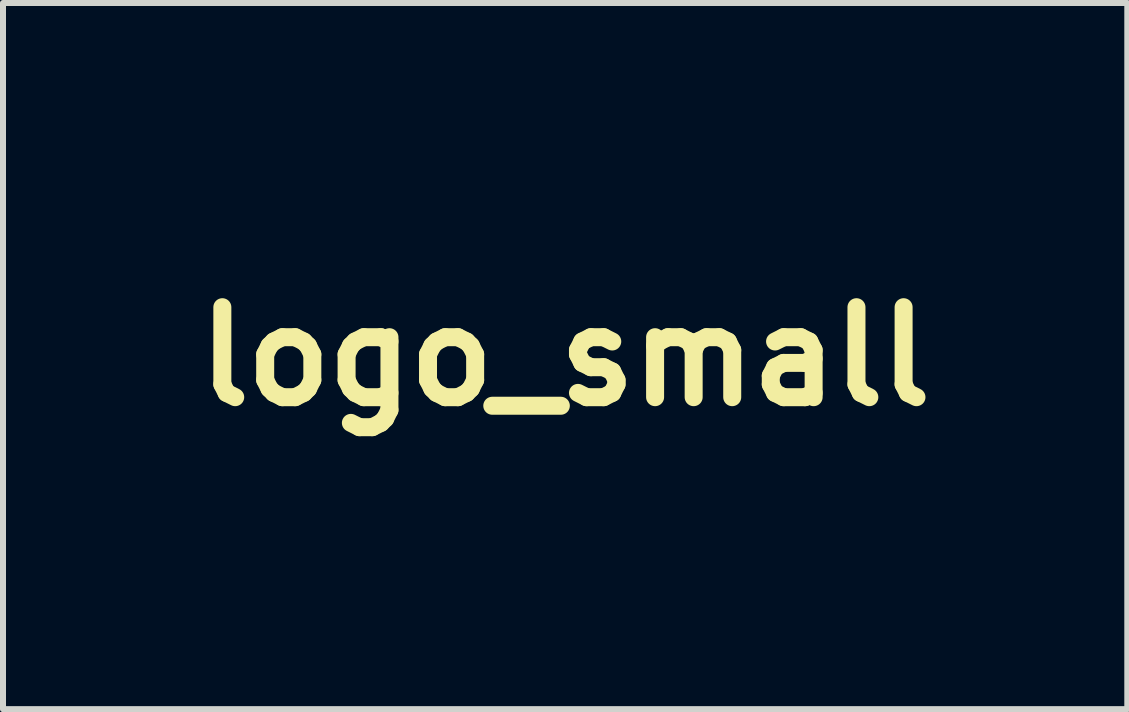
<source format=kicad_pcb>
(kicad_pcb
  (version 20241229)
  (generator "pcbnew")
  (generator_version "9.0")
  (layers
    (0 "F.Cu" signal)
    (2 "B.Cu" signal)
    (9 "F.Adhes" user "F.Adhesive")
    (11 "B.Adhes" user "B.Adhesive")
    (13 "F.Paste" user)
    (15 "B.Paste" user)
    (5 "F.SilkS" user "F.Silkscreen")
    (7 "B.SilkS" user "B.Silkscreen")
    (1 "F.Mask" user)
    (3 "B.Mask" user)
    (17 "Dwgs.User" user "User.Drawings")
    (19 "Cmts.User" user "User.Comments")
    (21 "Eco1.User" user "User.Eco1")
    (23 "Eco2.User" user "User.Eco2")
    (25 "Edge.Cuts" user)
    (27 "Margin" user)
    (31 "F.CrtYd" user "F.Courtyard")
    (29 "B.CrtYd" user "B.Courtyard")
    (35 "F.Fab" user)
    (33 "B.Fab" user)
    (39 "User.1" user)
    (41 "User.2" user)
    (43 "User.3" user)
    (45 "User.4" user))
  (footprint "logo_small"
    (layer "F.Cu")
    (at 6.371 2.893)
    (property "Reference" "logo_small" (at 0 0 0) (layer "F.SilkS") (effects (font (size 1.5 1.5) (thickness 0.3))))
    (attr board_only exclude_from_pos_files exclude_from_bom)
    (fp_poly (pts (xy 1.262 1.531) (xy 1.308 1.55) (xy 1.344 1.577) (xy 1.368 1.61) (xy 1.374 1.646) (xy 1.364 1.678) (xy 1.326 1.722) (xy 1.274 1.75) (xy 1.212 1.761) (xy 1.143 1.753) (xy 1.142 1.753) (xy 1.088 1.731) (xy 1.05 1.699) (xy 1.03 1.66) (xy 1.028 1.62) (xy 1.045 1.582) (xy 1.082 1.549) (xy 1.103 1.538) (xy 1.156 1.523) (xy 1.21 1.521)) (stroke (width 0) (type solid)) (fill yes) (layer "F.Mask"))
    (fp_poly (pts (xy 1.038 -1.698) (xy 1.138 -1.663) (xy 1.234 -1.611) (xy 1.322 -1.543) (xy 1.401 -1.461) (xy 1.468 -1.367) (xy 1.521 -1.263) (xy 1.557 -1.151) (xy 1.56 -1.138) (xy 1.569 -1.076) (xy 1.572 -1.012) (xy 1.569 -0.953) (xy 1.561 -0.904) (xy 1.547 -0.871) (xy 1.544 -0.868) (xy 1.515 -0.851) (xy 1.477 -0.848) (xy 1.44 -0.858) (xy 1.426 -0.867) (xy 1.41 -0.892) (xy 1.395 -0.935) (xy 1.388 -0.964) (xy 1.356 -1.083) (xy 1.307 -1.191) (xy 1.245 -1.286) (xy 1.17 -1.365) (xy 1.085 -1.428) (xy 0.991 -1.471) (xy 0.899 -1.492) (xy 0.839 -1.502) (xy 0.797 -1.516) (xy 0.769 -1.537) (xy 0.749 -1.568) (xy 0.747 -1.572) (xy 0.73 -1.619) (xy 0.733 -1.655) (xy 0.755 -1.681) (xy 0.798 -1.699) (xy 0.833 -1.707) (xy 0.935 -1.713)) (stroke (width 0) (type solid)) (fill yes) (layer "F.Mask"))
    (fp_poly (pts (xy 2.574 2.174) (xy 2.62 2.186) (xy 2.703 2.219) (xy 2.773 2.265) (xy 2.826 2.32) (xy 2.831 2.328) (xy 2.855 2.384) (xy 2.859 2.448) (xy 2.843 2.519) (xy 2.809 2.593) (xy 2.757 2.669) (xy 2.706 2.727) (xy 2.625 2.797) (xy 2.54 2.846) (xy 2.455 2.874) (xy 2.37 2.879) (xy 2.295 2.864) (xy 2.223 2.831) (xy 2.164 2.785) (xy 2.129 2.739) (xy 2.109 2.681) (xy 2.105 2.611) (xy 2.116 2.535) (xy 2.126 2.501) (xy 2.26 2.501) (xy 2.263 2.551) (xy 2.287 2.596) (xy 2.333 2.635) (xy 2.354 2.647) (xy 2.432 2.677) (xy 2.504 2.685) (xy 2.57 2.67) (xy 2.593 2.658) (xy 2.63 2.629) (xy 2.66 2.589) (xy 2.679 2.547) (xy 2.681 2.527) (xy 2.67 2.488) (xy 2.639 2.449) (xy 2.593 2.416) (xy 2.535 2.389) (xy 2.469 2.371) (xy 2.441 2.368) (xy 2.379 2.372) (xy 2.327 2.396) (xy 2.285 2.442) (xy 2.281 2.449) (xy 2.26 2.501) (xy 2.126 2.501) (xy 2.14 2.457) (xy 2.176 2.38) (xy 2.224 2.311) (xy 2.253 2.278) (xy 2.327 2.218) (xy 2.403 2.181) (xy 2.486 2.166)) (stroke (width 0) (type solid)) (fill yes) (layer "F.Mask"))
    (fp_poly (pts (xy 0.957 -2.263) (xy 1.029 -2.263) (xy 1.083 -2.262) (xy 1.124 -2.259) (xy 1.159 -2.254) (xy 1.192 -2.246) (xy 1.229 -2.234) (xy 1.258 -2.224) (xy 1.372 -2.18) (xy 1.472 -2.127) (xy 1.57 -2.061) (xy 1.604 -2.034) (xy 1.726 -1.923) (xy 1.834 -1.793) (xy 1.929 -1.645) (xy 2.008 -1.482) (xy 2.072 -1.304) (xy 2.094 -1.227) (xy 2.118 -1.113) (xy 2.128 -1.01) (xy 2.124 -0.913) (xy 2.11 -0.833) (xy 2.098 -0.788) (xy 2.086 -0.759) (xy 2.071 -0.74) (xy 2.054 -0.728) (xy 2.006 -0.709) (xy 1.961 -0.711) (xy 1.952 -0.714) (xy 1.925 -0.733) (xy 1.91 -0.768) (xy 1.905 -0.821) (xy 1.901 -0.897) (xy 1.89 -0.988) (xy 1.873 -1.083) (xy 1.851 -1.177) (xy 1.829 -1.254) (xy 1.765 -1.416) (xy 1.69 -1.561) (xy 1.602 -1.69) (xy 1.504 -1.801) (xy 1.395 -1.893) (xy 1.279 -1.966) (xy 1.154 -2.018) (xy 1.023 -2.049) (xy 0.905 -2.058) (xy 0.843 -2.06) (xy 0.8 -2.068) (xy 0.769 -2.083) (xy 0.746 -2.109) (xy 0.735 -2.129) (xy 0.719 -2.177) (xy 0.724 -2.217) (xy 0.742 -2.241) (xy 0.754 -2.25) (xy 0.769 -2.256) (xy 0.792 -2.26) (xy 0.826 -2.262) (xy 0.875 -2.263) (xy 0.944 -2.263)) (stroke (width 0) (type solid)) (fill yes) (layer "F.Mask"))
    (fp_poly (pts (xy -0.232 1.859) (xy -0.171 1.866) (xy -0.148 1.871) (xy -0.103 1.892) (xy -0.054 1.93) (xy -0.009 1.977) (xy 0.025 2.028) (xy 0.035 2.047) (xy 0.058 2.119) (xy 0.073 2.2) (xy 0.078 2.28) (xy 0.072 2.35) (xy 0.072 2.354) (xy 0.046 2.431) (xy 0.006 2.49) (xy -0.049 2.533) (xy -0.121 2.56) (xy -0.211 2.572) (xy -0.212 2.572) (xy -0.265 2.573) (xy -0.303 2.571) (xy -0.334 2.564) (xy -0.366 2.55) (xy -0.37 2.548) (xy -0.442 2.502) (xy -0.506 2.435) (xy -0.559 2.353) (xy -0.599 2.261) (xy -0.608 2.219) (xy -0.468 2.219) (xy -0.467 2.232) (xy -0.45 2.286) (xy -0.415 2.33) (xy -0.366 2.359) (xy -0.351 2.364) (xy -0.297 2.369) (xy -0.234 2.364) (xy -0.172 2.35) (xy -0.147 2.341) (xy -0.098 2.313) (xy -0.069 2.281) (xy -0.057 2.239) (xy -0.056 2.216) (xy -0.065 2.157) (xy -0.09 2.114) (xy -0.132 2.086) (xy -0.192 2.073) (xy -0.258 2.072) (xy -0.33 2.082) (xy -0.391 2.101) (xy -0.436 2.127) (xy -0.46 2.154) (xy -0.467 2.181) (xy -0.468 2.219) (xy -0.608 2.219) (xy -0.619 2.171) (xy -0.618 2.09) (xy -0.597 2.019) (xy -0.554 1.958) (xy -0.492 1.91) (xy -0.42 1.877) (xy -0.367 1.865) (xy -0.301 1.859)) (stroke (width 0) (type solid)) (fill yes) (layer "F.Mask"))
    (fp_poly (pts (xy 1.086 1.824) (xy 1.14 1.829) (xy 1.192 1.836) (xy 1.236 1.844) (xy 1.268 1.853) (xy 1.283 1.861) (xy 1.283 1.862) (xy 1.284 1.881) (xy 1.282 1.907) (xy 1.277 1.944) (xy 1.269 1.994) (xy 1.257 2.061) (xy 1.245 2.121) (xy 1.232 2.194) (xy 1.223 2.246) (xy 1.219 2.282) (xy 1.222 2.305) (xy 1.231 2.319) (xy 1.248 2.327) (xy 1.272 2.331) (xy 1.285 2.333) (xy 1.331 2.341) (xy 1.323 2.396) (xy 1.315 2.44) (xy 1.304 2.483) (xy 1.301 2.492) (xy 1.292 2.514) (xy 1.28 2.528) (xy 1.26 2.535) (xy 1.227 2.536) (xy 1.178 2.531) (xy 1.147 2.527) (xy 1.092 2.521) (xy 1.036 2.513) (xy 1 2.508) (xy 0.935 2.498) (xy 0.937 2.412) (xy 0.941 2.357) (xy 0.949 2.322) (xy 0.965 2.302) (xy 0.991 2.295) (xy 1.022 2.295) (xy 1.075 2.299) (xy 1.092 2.184) (xy 1.098 2.133) (xy 1.102 2.091) (xy 1.103 2.062) (xy 1.102 2.053) (xy 1.087 2.043) (xy 1.054 2.035) (xy 1.028 2.031) (xy 0.99 2.025) (xy 0.961 2.016) (xy 0.951 2.009) (xy 0.946 1.986) (xy 0.947 1.944) (xy 0.954 1.887) (xy 0.96 1.855) (xy 0.965 1.837) (xy 0.975 1.827) (xy 0.996 1.823) (xy 1.035 1.823) (xy 1.035 1.823)) (stroke (width 0) (type solid)) (fill yes) (layer "F.Mask"))
    (fp_poly (pts (xy 0.864 -2.889) (xy 0.952 -2.879) (xy 1.046 -2.864) (xy 1.138 -2.844) (xy 1.203 -2.828) (xy 1.379 -2.766) (xy 1.553 -2.683) (xy 1.722 -2.581) (xy 1.883 -2.462) (xy 2.033 -2.327) (xy 2.039 -2.321) (xy 2.118 -2.24) (xy 2.186 -2.161) (xy 2.249 -2.077) (xy 2.313 -1.982) (xy 2.343 -1.934) (xy 2.449 -1.753) (xy 2.535 -1.582) (xy 2.601 -1.418) (xy 2.649 -1.259) (xy 2.679 -1.105) (xy 2.688 -1.02) (xy 2.692 -0.958) (xy 2.691 -0.913) (xy 2.683 -0.88) (xy 2.668 -0.851) (xy 2.643 -0.823) (xy 2.64 -0.819) (xy 2.6 -0.787) (xy 2.564 -0.777) (xy 2.535 -0.789) (xy 2.523 -0.802) (xy 2.497 -0.849) (xy 2.468 -0.919) (xy 2.436 -1.013) (xy 2.402 -1.128) (xy 2.365 -1.266) (xy 2.364 -1.27) (xy 2.342 -1.352) (xy 2.32 -1.433) (xy 2.298 -1.506) (xy 2.279 -1.569) (xy 2.264 -1.615) (xy 2.259 -1.628) (xy 2.23 -1.69) (xy 2.188 -1.764) (xy 2.137 -1.845) (xy 2.08 -1.928) (xy 2.021 -2.007) (xy 1.967 -2.073) (xy 1.838 -2.206) (xy 1.697 -2.325) (xy 1.545 -2.428) (xy 1.386 -2.515) (xy 1.223 -2.584) (xy 1.058 -2.633) (xy 0.894 -2.661) (xy 0.853 -2.664) (xy 0.801 -2.669) (xy 0.756 -2.674) (xy 0.723 -2.681) (xy 0.716 -2.683) (xy 0.682 -2.707) (xy 0.662 -2.744) (xy 0.656 -2.788) (xy 0.666 -2.832) (xy 0.687 -2.864) (xy 0.708 -2.88) (xy 0.731 -2.889) (xy 0.766 -2.892) (xy 0.79 -2.893)) (stroke (width 0) (type solid)) (fill yes) (layer "F.Mask"))
    (fp_poly (pts (xy -0.897 1.748) (xy -0.85 1.754) (xy -0.818 1.767) (xy -0.798 1.79) (xy -0.785 1.826) (xy -0.777 1.861) (xy -0.768 1.927) (xy -0.765 1.987) (xy -0.766 2.039) (xy -0.772 2.076) (xy -0.781 2.092) (xy -0.803 2.1) (xy -0.837 2.103) (xy -0.854 2.103) (xy -0.888 2.099) (xy -0.906 2.092) (xy -0.915 2.075) (xy -0.918 2.061) (xy -0.932 2.02) (xy -0.954 1.995) (xy -0.989 1.984) (xy -1.04 1.985) (xy -1.088 1.994) (xy -1.177 2.02) (xy -1.248 2.058) (xy -1.299 2.105) (xy -1.33 2.161) (xy -1.34 2.224) (xy -1.328 2.293) (xy -1.31 2.338) (xy -1.271 2.399) (xy -1.217 2.454) (xy -1.158 2.497) (xy -1.102 2.522) (xy -1.031 2.537) (xy -0.962 2.537) (xy -0.886 2.522) (xy -0.864 2.515) (xy -0.815 2.498) (xy -0.777 2.476) (xy -0.739 2.445) (xy -0.719 2.425) (xy -0.653 2.36) (xy -0.594 2.426) (xy -0.562 2.462) (xy -0.535 2.496) (xy -0.518 2.521) (xy -0.518 2.522) (xy -0.51 2.54) (xy -0.511 2.556) (xy -0.524 2.575) (xy -0.548 2.6) (xy -0.616 2.655) (xy -0.7 2.698) (xy -0.794 2.727) (xy -0.894 2.74) (xy -0.992 2.737) (xy -1.082 2.718) (xy -1.175 2.679) (xy -1.262 2.623) (xy -1.335 2.558) (xy -1.417 2.467) (xy -1.478 2.376) (xy -1.518 2.285) (xy -1.538 2.197) (xy -1.536 2.113) (xy -1.513 2.033) (xy -1.467 1.96) (xy -1.457 1.948) (xy -1.403 1.896) (xy -1.339 1.852) (xy -1.26 1.813) (xy -1.188 1.786) (xy -1.126 1.767) (xy -1.075 1.755) (xy -1.024 1.749) (xy -0.964 1.747)) (stroke (width 0) (type solid)) (fill yes) (layer "F.Mask"))
    (fp_poly (pts (xy 2.018 1.695) (xy 2.117 1.716) (xy 2.212 1.748) (xy 2.257 1.769) (xy 2.29 1.79) (xy 2.326 1.818) (xy 2.359 1.849) (xy 2.385 1.878) (xy 2.398 1.899) (xy 2.399 1.902) (xy 2.391 1.924) (xy 2.37 1.958) (xy 2.34 1.999) (xy 2.304 2.043) (xy 2.266 2.085) (xy 2.23 2.122) (xy 2.2 2.148) (xy 2.181 2.159) (xy 2.152 2.157) (xy 2.118 2.145) (xy 2.089 2.125) (xy 2.077 2.109) (xy 2.079 2.091) (xy 2.094 2.066) (xy 2.094 2.066) (xy 2.113 2.027) (xy 2.113 1.99) (xy 2.094 1.961) (xy 2.09 1.958) (xy 2.056 1.94) (xy 2.007 1.923) (xy 1.953 1.907) (xy 1.901 1.896) (xy 1.867 1.893) (xy 1.787 1.904) (xy 1.717 1.935) (xy 1.659 1.983) (xy 1.614 2.046) (xy 1.586 2.122) (xy 1.576 2.206) (xy 1.584 2.272) (xy 1.607 2.331) (xy 1.641 2.376) (xy 1.642 2.377) (xy 1.665 2.394) (xy 1.7 2.415) (xy 1.717 2.424) (xy 1.746 2.437) (xy 1.774 2.446) (xy 1.809 2.449) (xy 1.858 2.45) (xy 1.881 2.45) (xy 1.934 2.449) (xy 1.98 2.447) (xy 2.013 2.445) (xy 2.023 2.444) (xy 2.04 2.443) (xy 2.048 2.45) (xy 2.05 2.47) (xy 2.049 2.502) (xy 2.045 2.549) (xy 2.038 2.595) (xy 2.034 2.611) (xy 2.023 2.642) (xy 2.004 2.66) (xy 1.978 2.669) (xy 1.934 2.676) (xy 1.876 2.679) (xy 1.815 2.678) (xy 1.76 2.673) (xy 1.74 2.669) (xy 1.643 2.635) (xy 1.561 2.585) (xy 1.497 2.52) (xy 1.451 2.441) (xy 1.423 2.35) (xy 1.415 2.247) (xy 1.426 2.134) (xy 1.427 2.13) (xy 1.459 2.012) (xy 1.506 1.912) (xy 1.567 1.83) (xy 1.644 1.766) (xy 1.736 1.72) (xy 1.836 1.693) (xy 1.922 1.687)) (stroke (width 0) (type solid)) (fill yes) (layer "F.Mask"))
    (fp_poly (pts (xy 0.497 1.522) (xy 0.61 1.536) (xy 0.709 1.563) (xy 0.758 1.584) (xy 0.828 1.632) (xy 0.879 1.691) (xy 0.908 1.761) (xy 0.917 1.838) (xy 0.903 1.92) (xy 0.879 1.97) (xy 0.838 2.022) (xy 0.788 2.068) (xy 0.735 2.101) (xy 0.729 2.104) (xy 0.685 2.118) (xy 0.626 2.131) (xy 0.561 2.142) (xy 0.498 2.149) (xy 0.445 2.15) (xy 0.429 2.15) (xy 0.403 2.15) (xy 0.392 2.163) (xy 0.39 2.174) (xy 0.389 2.206) (xy 0.393 2.241) (xy 0.401 2.28) (xy 0.491 2.284) (xy 0.582 2.287) (xy 0.585 2.383) (xy 0.589 2.479) (xy 0.515 2.486) (xy 0.472 2.489) (xy 0.414 2.493) (xy 0.35 2.497) (xy 0.303 2.499) (xy 0.165 2.506) (xy 0.153 2.474) (xy 0.144 2.445) (xy 0.137 2.403) (xy 0.133 2.374) (xy 0.126 2.306) (xy 0.172 2.299) (xy 0.212 2.291) (xy 0.234 2.284) (xy 0.242 2.273) (xy 0.242 2.255) (xy 0.241 2.249) (xy 0.238 2.227) (xy 0.233 2.187) (xy 0.226 2.131) (xy 0.218 2.065) (xy 0.211 1.999) (xy 0.202 1.93) (xy 0.195 1.869) (xy 0.189 1.82) (xy 0.184 1.787) (xy 0.181 1.774) (xy 0.168 1.771) (xy 0.142 1.776) (xy 0.138 1.777) (xy 0.093 1.787) (xy 0.065 1.786) (xy 0.047 1.771) (xy 0.035 1.74) (xy 0.365 1.74) (xy 0.365 1.803) (xy 0.366 1.852) (xy 0.369 1.908) (xy 0.372 1.939) (xy 0.38 2.011) (xy 0.469 2.011) (xy 0.52 2.009) (xy 0.569 2.004) (xy 0.604 1.998) (xy 0.605 1.998) (xy 0.659 1.973) (xy 0.697 1.936) (xy 0.716 1.889) (xy 0.717 1.87) (xy 0.71 1.824) (xy 0.686 1.789) (xy 0.644 1.764) (xy 0.584 1.748) (xy 0.503 1.741) (xy 0.467 1.74) (xy 0.365 1.74) (xy 0.035 1.74) (xy 0.035 1.74) (xy 0.035 1.74) (xy 0.028 1.696) (xy 0.025 1.648) (xy 0.026 1.638) (xy 0.029 1.583) (xy 0.112 1.562) (xy 0.245 1.535) (xy 0.374 1.522)) (stroke (width 0) (type solid)) (fill yes) (layer "F.Mask"))
    (fp_poly (pts (xy 0.741 -1.297) (xy 0.798 -1.272) (xy 0.84 -1.234) (xy 0.864 -1.185) (xy 0.87 -1.128) (xy 0.857 -1.066) (xy 0.825 -1) (xy 0.782 -0.943) (xy 0.732 -0.887) (xy 0.748 -0.799) (xy 0.756 -0.75) (xy 0.764 -0.686) (xy 0.77 -0.618) (xy 0.774 -0.573) (xy 0.782 -0.435) (xy 0.827 -0.465) (xy 0.855 -0.487) (xy 0.866 -0.505) (xy 0.864 -0.521) (xy 0.856 -0.561) (xy 0.85 -0.613) (xy 0.848 -0.667) (xy 0.85 -0.712) (xy 0.852 -0.722) (xy 0.867 -0.76) (xy 1.144 -0.76) (xy 1.144 -0.744) (xy 1.165 -0.732) (xy 1.183 -0.719) (xy 1.186 -0.707) (xy 1.189 -0.68) (xy 1.193 -0.671) (xy 1.203 -0.661) (xy 1.215 -0.671) (xy 1.216 -0.672) (xy 1.233 -0.685) (xy 1.242 -0.685) (xy 1.259 -0.687) (xy 1.264 -0.702) (xy 1.256 -0.724) (xy 1.249 -0.733) (xy 1.23 -0.759) (xy 1.219 -0.779) (xy 1.208 -0.795) (xy 1.194 -0.8) (xy 1.188 -0.79) (xy 1.188 -0.789) (xy 1.178 -0.778) (xy 1.164 -0.773) (xy 1.144 -0.76) (xy 0.867 -0.76) (xy 0.871 -0.77) (xy 0.908 -0.813) (xy 0.955 -0.846) (xy 0.987 -0.858) (xy 1.048 -0.865) (xy 1.116 -0.858) (xy 1.182 -0.839) (xy 1.225 -0.817) (xy 1.272 -0.773) (xy 1.303 -0.715) (xy 1.316 -0.65) (xy 1.311 -0.582) (xy 1.295 -0.535) (xy 1.265 -0.488) (xy 1.221 -0.44) (xy 1.172 -0.4) (xy 1.147 -0.384) (xy 1.124 -0.371) (xy 1.121 -0.366) (xy 1.136 -0.365) (xy 1.141 -0.365) (xy 1.189 -0.354) (xy 1.24 -0.329) (xy 1.285 -0.294) (xy 1.301 -0.276) (xy 1.319 -0.249) (xy 1.329 -0.223) (xy 1.334 -0.191) (xy 1.334 -0.148) (xy 1.328 -0.076) (xy 1.311 -0.022) (xy 1.28 0.015) (xy 1.259 0.029) (xy 1.201 0.046) (xy 1.139 0.042) (xy 1.076 0.017) (xy 1.026 -0.017) (xy 0.988 -0.049) (xy 0.956 -0.026) (xy 0.924 -0.008) (xy 0.884 0.011) (xy 0.87 0.016) (xy 0.817 0.036) (xy 0.82 0.133) (xy 0.823 0.179) (xy 0.828 0.242) (xy 0.835 0.315) (xy 0.843 0.39) (xy 0.852 0.461) (xy 0.86 0.521) (xy 0.863 0.541) (xy 0.866 0.545) (xy 0.873 0.543) (xy 0.886 0.533) (xy 0.906 0.515) (xy 0.934 0.487) (xy 0.973 0.448) (xy 1.024 0.396) (xy 1.087 0.329) (xy 1.165 0.247) (xy 1.173 0.238) (xy 1.248 0.161) (xy 1.313 0.098) (xy 1.375 0.046) (xy 1.439 0.001) (xy 1.51 -0.043) (xy 1.594 -0.088) (xy 1.631 -0.107) (xy 1.807 -0.186) (xy 1.984 -0.247) (xy 2.161 -0.29) (xy 2.335 -0.316) (xy 2.506 -0.324) (xy 2.67 -0.314) (xy 2.826 -0.286) (xy 2.971 -0.24) (xy 3.104 -0.176) (xy 3.148 -0.149) (xy 3.19 -0.12) (xy 3.233 -0.085) (xy 3.275 -0.049) (xy 3.311 -0.014) (xy 3.339 0.015) (xy 3.354 0.037) (xy 3.355 0.046) (xy 3.34 0.055) (xy 3.31 0.07) (xy 3.271 0.087) (xy 3.269 0.088) (xy 3.177 0.13) (xy 3.065 0.183) (xy 2.935 0.248) (xy 2.786 0.324) (xy 2.619 0.41) (xy 2.569 0.436) (xy 2.481 0.483) (xy 2.39 0.53) (xy 2.302 0.574) (xy 2.221 0.615) (xy 2.152 0.65) (xy 2.099 0.676) (xy 2.096 0.677) (xy 1.94 0.75) (xy 1.99 0.758) (xy 2.034 0.767) (xy 2.097 0.781) (xy 2.172 0.8) (xy 2.256 0.822) (xy 2.343 0.846) (xy 2.429 0.87) (xy 2.509 0.895) (xy 2.568 0.913) (xy 2.74 0.975) (xy 2.891 1.041) (xy 3.024 1.114) (xy 3.139 1.194) (xy 3.232 1.275) (xy 3.335 1.386) (xy 3.415 1.499) (xy 3.473 1.616) (xy 3.5 1.697) (xy 3.511 1.743) (xy 3.514 1.769) (xy 3.508 1.777) (xy 3.492 1.769) (xy 3.47 1.753) (xy 3.424 1.72) (xy 3.373 1.691) (xy 3.315 1.667) (xy 3.247 1.645) (xy 3.167 1.625) (xy 3.071 1.607) (xy 2.958 1.591) (xy 2.825 1.574) (xy 2.793 1.57) (xy 2.577 1.546) (xy 2.383 1.523) (xy 2.209 1.502) (xy 2.053 1.482) (xy 1.913 1.463) (xy 1.787 1.446) (xy 1.675 1.428) (xy 1.573 1.411) (xy 1.481 1.394) (xy 1.397 1.376) (xy 1.318 1.358) (xy 1.242 1.339) (xy 1.17 1.318) (xy 1.097 1.297) (xy 1.07 1.288) (xy 0.962 1.255) (xy 0.87 1.233) (xy 0.793 1.219) (xy 0.725 1.215) (xy 0.676 1.217) (xy 0.635 1.223) (xy 0.581 1.232) (xy 0.514 1.246) (xy 0.43 1.266) (xy 0.329 1.29) (xy 0.209 1.321) (xy 0.112 1.346) (xy 0.043 1.363) (xy -0.029 1.38) (xy -0.106 1.396) (xy -0.19 1.411) (xy -0.283 1.427) (xy -0.386 1.443) (xy -0.502 1.46) (xy -0.632 1.477) (xy -0.778 1.496) (xy -0.942 1.516) (xy -1.126 1.538) (xy -1.299 1.558) (xy -1.442 1.574) (xy -1.564 1.59) (xy -1.667 1.605) (xy -1.754 1.619) (xy -1.826 1.634) (xy -1.887 1.65) (xy -1.938 1.668) (xy -1.983 1.687) (xy -2.022 1.71) (xy -2.06 1.735) (xy -2.067 1.741) (xy -2.099 1.765) (xy -2.123 1.781) (xy -2.134 1.787) (xy -2.133 1.777) (xy -2.129 1.75) (xy -2.121 1.714) (xy -2.082 1.595) (xy -2.021 1.479) (xy -1.939 1.368) (xy -1.905 1.332) (xy -1.805 1.332) (xy -1.724 1.276) (xy -1.673 1.244) (xy -1.613 1.209) (xy -1.554 1.177) (xy -1.541 1.171) (xy -1.367 1.092) (xy -1.187 1.025) (xy -0.996 0.97) (xy -0.79 0.925) (xy -0.667 0.903) (xy -0.605 0.894) (xy -0.548 0.887) (xy -0.49 0.882) (xy -0.427 0.879) (xy -0.353 0.877) (xy -0.262 0.876) (xy -0.223 0.876) (xy -0.111 0.877) (xy -0.021 0.879) (xy 0.045 0.883) (xy 0.087 0.888) (xy 0.099 0.89) (xy 0.134 0.9) (xy 0.148 0.901) (xy 0.145 0.898) (xy 1.227 0.898) (xy 1.228 0.905) (xy 1.235 0.905) (xy 1.244 0.901) (xy 1.243 0.898) (xy 1.229 0.896) (xy 1.227 0.898) (xy 0.145 0.898) (xy 0.142 0.895) (xy 0.139 0.893) (xy 1.252 0.893) (xy 1.311 0.885) (xy 1.34 0.882) (xy 1.388 0.88) (xy 1.451 0.878) (xy 1.525 0.877) (xy 1.604 0.877) (xy 1.635 0.877) (xy 1.727 0.877) (xy 1.801 0.879) (xy 1.864 0.881) (xy 1.919 0.886) (xy 1.974 0.892) (xy 2.033 0.901) (xy 2.086 0.91) (xy 2.165 0.924) (xy 2.249 0.941) (xy 2.33 0.958) (xy 2.399 0.974) (xy 2.414 0.978) (xy 2.542 1.015) (xy 2.676 1.063) (xy 2.81 1.118) (xy 2.936 1.178) (xy 3.048 1.241) (xy 3.094 1.27) (xy 3.133 1.296) (xy 3.165 1.316) (xy 3.184 1.327) (xy 3.187 1.328) (xy 3.182 1.321) (xy 3.164 1.302) (xy 3.14 1.28) (xy 3.053 1.211) (xy 2.945 1.142) (xy 2.819 1.076) (xy 2.678 1.013) (xy 2.55 0.963) (xy 2.479 0.941) (xy 2.39 0.917) (xy 2.288 0.894) (xy 2.177 0.871) (xy 2.063 0.851) (xy 1.952 0.834) (xy 1.854 0.824) (xy 1.75 0.819) (xy 1.644 0.82) (xy 1.542 0.826) (xy 1.448 0.836) (xy 1.367 0.851) (xy 1.304 0.87) (xy 1.294 0.874) (xy 1.252 0.893) (xy 0.139 0.893) (xy 0.117 0.882) (xy 0.089 0.872) (xy 0.029 0.853) (xy 0.914 0.853) (xy 1.002 0.729) (xy 1.048 0.668) (xy 1.1 0.601) (xy 1.152 0.537) (xy 1.185 0.499) (xy 1.324 0.357) (xy 1.475 0.233) (xy 1.638 0.127) (xy 1.815 0.038) (xy 2.006 -0.035) (xy 2.212 -0.092) (xy 2.434 -0.132) (xy 2.673 -0.158) (xy 2.758 -0.163) (xy 2.922 -0.171) (xy 2.822 -0.196) (xy 2.647 -0.229) (xy 2.468 -0.24) (xy 2.287 -0.229) (xy 2.106 -0.197) (xy 1.927 -0.144) (xy 1.753 -0.07) (xy 1.585 0.023) (xy 1.502 0.079) (xy 1.425 0.139) (xy 1.345 0.209) (xy 1.266 0.288) (xy 1.19 0.371) (xy 1.119 0.456) (xy 1.055 0.541) (xy 1.001 0.621) (xy 0.959 0.695) (xy 0.931 0.759) (xy 0.92 0.802) (xy 0.914 0.853) (xy 0.029 0.853) (xy 0.021 0.85) (xy -0.055 0.835) (xy -0.142 0.825) (xy -0.246 0.821) (xy -0.306 0.82) (xy -0.453 0.826) (xy -0.609 0.841) (xy -0.769 0.865) (xy -0.927 0.897) (xy -1.078 0.936) (xy -1.216 0.98) (xy -1.329 1.026) (xy -1.368 1.044) (xy -1.417 1.066) (xy -1.458 1.084) (xy -1.517 1.114) (xy -1.583 1.153) (xy -1.648 1.195) (xy -1.706 1.238) (xy -1.752 1.276) (xy -1.764 1.288) (xy -1.805 1.332) (xy -1.905 1.332) (xy -1.84 1.264) (xy -1.724 1.169) (xy -1.625 1.104) (xy -1.523 1.049) (xy -1.401 0.994) (xy -1.264 0.941) (xy -1.116 0.889) (xy -0.961 0.842) (xy -0.803 0.801) (xy -0.669 0.77) (xy -0.568 0.75) (xy -0.887 0.588) (xy -0.983 0.539) (xy -1.089 0.486) (xy -1.196 0.431) (xy -1.3 0.378) (xy -1.394 0.33) (xy -1.458 0.296) (xy -1.538 0.256) (xy -1.618 0.215) (xy -1.695 0.177) (xy -1.763 0.144) (xy -1.817 0.119) (xy -1.834 0.111) (xy -1.885 0.089) (xy -1.927 0.069) (xy -1.957 0.054) (xy -1.969 0.046) (xy -1.968 0.032) (xy -1.951 0.007) (xy -1.919 -0.027) (xy -1.877 -0.066) (xy -1.825 -0.108) (xy -1.817 -0.114) (xy -1.725 -0.172) (xy -1.525 -0.172) (xy -1.515 -0.17) (xy -1.486 -0.168) (xy -1.441 -0.165) (xy -1.385 -0.162) (xy -1.355 -0.161) (xy -1.141 -0.145) (xy -0.944 -0.118) (xy -0.76 -0.077) (xy -0.587 -0.023) (xy -0.42 0.045) (xy -0.392 0.059) (xy -0.212 0.157) (xy -0.043 0.275) (xy 0.113 0.413) (xy 0.259 0.571) (xy 0.394 0.75) (xy 0.41 0.773) (xy 0.434 0.808) (xy 0.452 0.834) (xy 0.462 0.846) (xy 0.462 0.847) (xy 0.463 0.836) (xy 0.462 0.81) (xy 0.46 0.798) (xy 0.448 0.747) (xy 0.419 0.684) (xy 0.376 0.612) (xy 0.322 0.533) (xy 0.258 0.451) (xy 0.188 0.368) (xy 0.113 0.286) (xy 0.035 0.209) (xy -0.042 0.14) (xy -0.118 0.08) (xy -0.129 0.072) (xy -0.291 -0.029) (xy -0.46 -0.111) (xy -0.635 -0.173) (xy -0.813 -0.216) (xy -0.992 -0.238) (xy -1.169 -0.239) (xy -1.342 -0.219) (xy -1.429 -0.2) (xy -1.472 -0.188) (xy -1.506 -0.179) (xy -1.523 -0.173) (xy -1.525 -0.172) (xy -1.725 -0.172) (xy -1.694 -0.193) (xy -1.557 -0.253) (xy -1.41 -0.295) (xy -1.252 -0.319) (xy -1.087 -0.324) (xy -0.915 -0.312) (xy -0.738 -0.281) (xy -0.559 -0.232) (xy -0.378 -0.166) (xy -0.234 -0.099) (xy -0.17 -0.066) (xy -0.113 -0.035) (xy -0.061 -0.004) (xy -0.013 0.03) (xy 0.036 0.068) (xy 0.087 0.112) (xy 0.143 0.165) (xy 0.206 0.229) (xy 0.279 0.306) (xy 0.365 0.397) (xy 0.393 0.428) (xy 0.44 0.477) (xy 0.48 0.517) (xy 0.51 0.544) (xy 0.527 0.556) (xy 0.531 0.556) (xy 0.538 0.538) (xy 0.545 0.502) (xy 0.553 0.452) (xy 0.56 0.392) (xy 0.567 0.327) (xy 0.572 0.261) (xy 0.575 0.199) (xy 0.576 0.151) (xy 0.576 0.037) (xy 0.518 0.018) (xy 0.478 0.002) (xy 0.442 -0.017) (xy 0.43 -0.025) (xy 0.4 -0.048) (xy 0.361 -0.019) (xy 0.296 0.022) (xy 0.233 0.043) (xy 0.175 0.045) (xy 0.124 0.029) (xy 0.084 -0.006) (xy 0.063 -0.043) (xy 0.05 -0.095) (xy 0.047 -0.154) (xy 0.052 -0.197) (xy 0.075 -0.197) (xy 0.078 -0.179) (xy 0.098 -0.17) (xy 0.117 -0.168) (xy 0.142 -0.169) (xy 0.152 -0.18) (xy 0.153 -0.195) (xy 0.157 -0.216) (xy 0.165 -0.223) (xy 0.175 -0.233) (xy 0.176 -0.241) (xy 0.167 -0.257) (xy 0.16 -0.259) (xy 0.134 -0.263) (xy 0.125 -0.265) (xy 0.108 -0.261) (xy 0.09 -0.234) (xy 0.088 -0.231) (xy 0.075 -0.197) (xy 0.052 -0.197) (xy 0.054 -0.211) (xy 0.071 -0.256) (xy 0.074 -0.26) (xy 0.119 -0.31) (xy 0.177 -0.345) (xy 0.212 -0.356) (xy 0.321 -0.356) (xy 0.36 -0.342) (xy 0.404 -0.315) (xy 0.437 -0.271) (xy 0.455 -0.218) (xy 0.464 -0.189) (xy 0.483 -0.169) (xy 0.51 -0.153) (xy 0.541 -0.139) (xy 0.563 -0.13) (xy 0.567 -0.129) (xy 0.572 -0.14) (xy 0.575 -0.168) (xy 0.576 -0.196) (xy 0.792 -0.196) (xy 0.794 -0.177) (xy 0.802 -0.118) (xy 0.858 -0.147) (xy 0.895 -0.168) (xy 0.914 -0.189) (xy 0.923 -0.214) (xy 0.933 -0.238) (xy 1.205 -0.238) (xy 1.216 -0.225) (xy 1.23 -0.204) (xy 1.234 -0.193) (xy 1.234 -0.176) (xy 1.248 -0.169) (xy 1.273 -0.169) (xy 1.299 -0.174) (xy 1.311 -0.182) (xy 1.311 -0.183) (xy 1.306 -0.202) (xy 1.295 -0.229) (xy 1.282 -0.254) (xy 1.271 -0.269) (xy 1.268 -0.27) (xy 1.252 -0.267) (xy 1.228 -0.258) (xy 1.207 -0.249) (xy 1.205 -0.238) (xy 0.933 -0.238) (xy 0.942 -0.261) (xy 0.973 -0.305) (xy 1.01 -0.338) (xy 1.025 -0.346) (xy 1.059 -0.361) (xy 1.015 -0.38) (xy 0.981 -0.396) (xy 0.954 -0.411) (xy 0.95 -0.414) (xy 0.936 -0.42) (xy 0.92 -0.415) (xy 0.897 -0.397) (xy 0.882 -0.382) (xy 0.83 -0.321) (xy 0.8 -0.259) (xy 0.792 -0.196) (xy 0.576 -0.196) (xy 0.576 -0.208) (xy 0.576 -0.21) (xy 0.575 -0.257) (xy 0.569 -0.289) (xy 0.557 -0.316) (xy 0.543 -0.337) (xy 0.516 -0.369) (xy 0.489 -0.396) (xy 0.48 -0.402) (xy 0.462 -0.412) (xy 0.446 -0.414) (xy 0.424 -0.407) (xy 0.388 -0.39) (xy 0.386 -0.389) (xy 0.321 -0.356) (xy 0.212 -0.356) (xy 0.226 -0.36) (xy 0.272 -0.368) (xy 0.233 -0.387) (xy 0.174 -0.426) (xy 0.123 -0.48) (xy 0.086 -0.541) (xy 0.076 -0.569) (xy 0.064 -0.639) (xy 0.072 -0.7) (xy 0.074 -0.705) (xy 0.118 -0.705) (xy 0.122 -0.687) (xy 0.14 -0.687) (xy 0.162 -0.686) (xy 0.169 -0.676) (xy 0.18 -0.663) (xy 0.192 -0.669) (xy 0.199 -0.69) (xy 0.2 -0.699) (xy 0.207 -0.723) (xy 0.218 -0.733) (xy 0.234 -0.747) (xy 0.229 -0.766) (xy 0.206 -0.784) (xy 0.203 -0.785) (xy 0.174 -0.792) (xy 0.157 -0.778) (xy 0.153 -0.757) (xy 0.143 -0.741) (xy 0.135 -0.737) (xy 0.121 -0.721) (xy 0.118 -0.705) (xy 0.074 -0.705) (xy 0.099 -0.756) (xy 0.145 -0.805) (xy 0.206 -0.841) (xy 0.275 -0.861) (xy 0.347 -0.865) (xy 0.416 -0.851) (xy 0.454 -0.833) (xy 0.492 -0.798) (xy 0.52 -0.746) (xy 0.536 -0.685) (xy 0.538 -0.619) (xy 0.526 -0.556) (xy 0.525 -0.554) (xy 0.515 -0.522) (xy 0.514 -0.503) (xy 0.523 -0.49) (xy 0.533 -0.481) (xy 0.554 -0.465) (xy 0.567 -0.459) (xy 0.571 -0.47) (xy 0.573 -0.5) (xy 0.576 -0.545) (xy 0.577 -0.601) (xy 0.577 -0.614) (xy 0.578 -0.678) (xy 0.58 -0.738) (xy 0.584 -0.788) (xy 0.588 -0.822) (xy 0.588 -0.823) (xy 0.593 -0.858) (xy 0.59 -0.877) (xy 0.58 -0.888) (xy 0.517 -0.94) (xy 0.471 -1.005) (xy 0.446 -1.078) (xy 0.442 -1.125) (xy 0.451 -1.187) (xy 0.48 -1.236) (xy 0.592 -1.236) (xy 0.593 -1.22) (xy 0.596 -1.183) (xy 0.6 -1.167) (xy 0.607 -1.168) (xy 0.621 -1.183) (xy 0.624 -1.186) (xy 0.643 -1.205) (xy 0.661 -1.207) (xy 0.678 -1.201) (xy 0.705 -1.194) (xy 0.724 -1.199) (xy 0.729 -1.211) (xy 0.717 -1.227) (xy 0.696 -1.25) (xy 0.69 -1.262) (xy 0.678 -1.276) (xy 0.668 -1.274) (xy 0.646 -1.268) (xy 0.622 -1.268) (xy 0.602 -1.268) (xy 0.593 -1.259) (xy 0.592 -1.236) (xy 0.48 -1.236) (xy 0.481 -1.237) (xy 0.528 -1.274) (xy 0.591 -1.297) (xy 0.668 -1.305)) (stroke (width 0) (type solid)) (fill yes) (layer "F.Mask")))
  (gr_rect
    (start -3 -3)
    (end 15.743 8.772)
    (stroke (width 0.1) (type default))
    (fill no)
    (layer "Edge.Cuts")))
</source>
